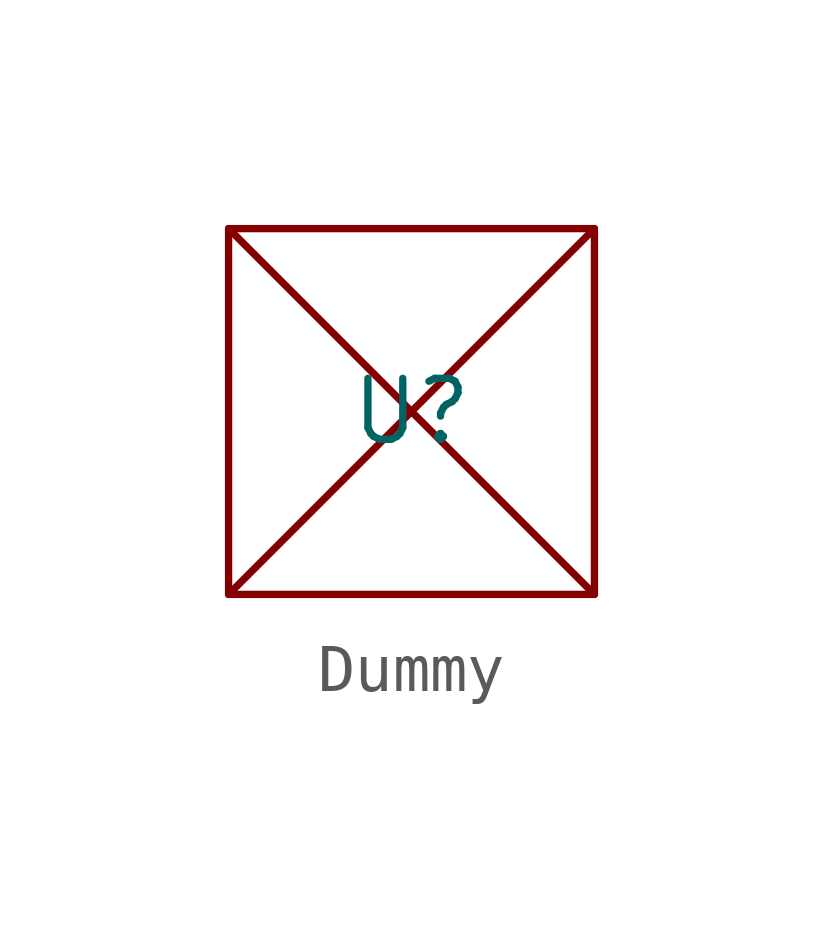
<source format=kicad_sym>
(kicad_symbol_lib
  (version 20231120)
  (generator "kicad_symbol_editor")
  (generator_version "8.0")
  (symbol "Dummy"
    (property "Reference" "U"
      (at 0 0 0)
      (effects (font (size 1.27 1.27))))
    (property "Value" ""
      (at 0 0 0)
      (effects (font (size 1.27 1.27))))
    (symbol "Dummy_0_1"
      (polyline (pts (xy -3.81 3.81) (xy 3.81 -3.81) (xy 0 0) (xy -3.81 -3.81) (xy 3.81 3.81)) (stroke (width 0) (type default)) (fill (type none))))
    (symbol "Dummy_1_1"
      (rectangle (start -3.81 3.81) (end 3.81 -3.81) (stroke (width 0) (type default)) (fill (type none))))))
</source>
